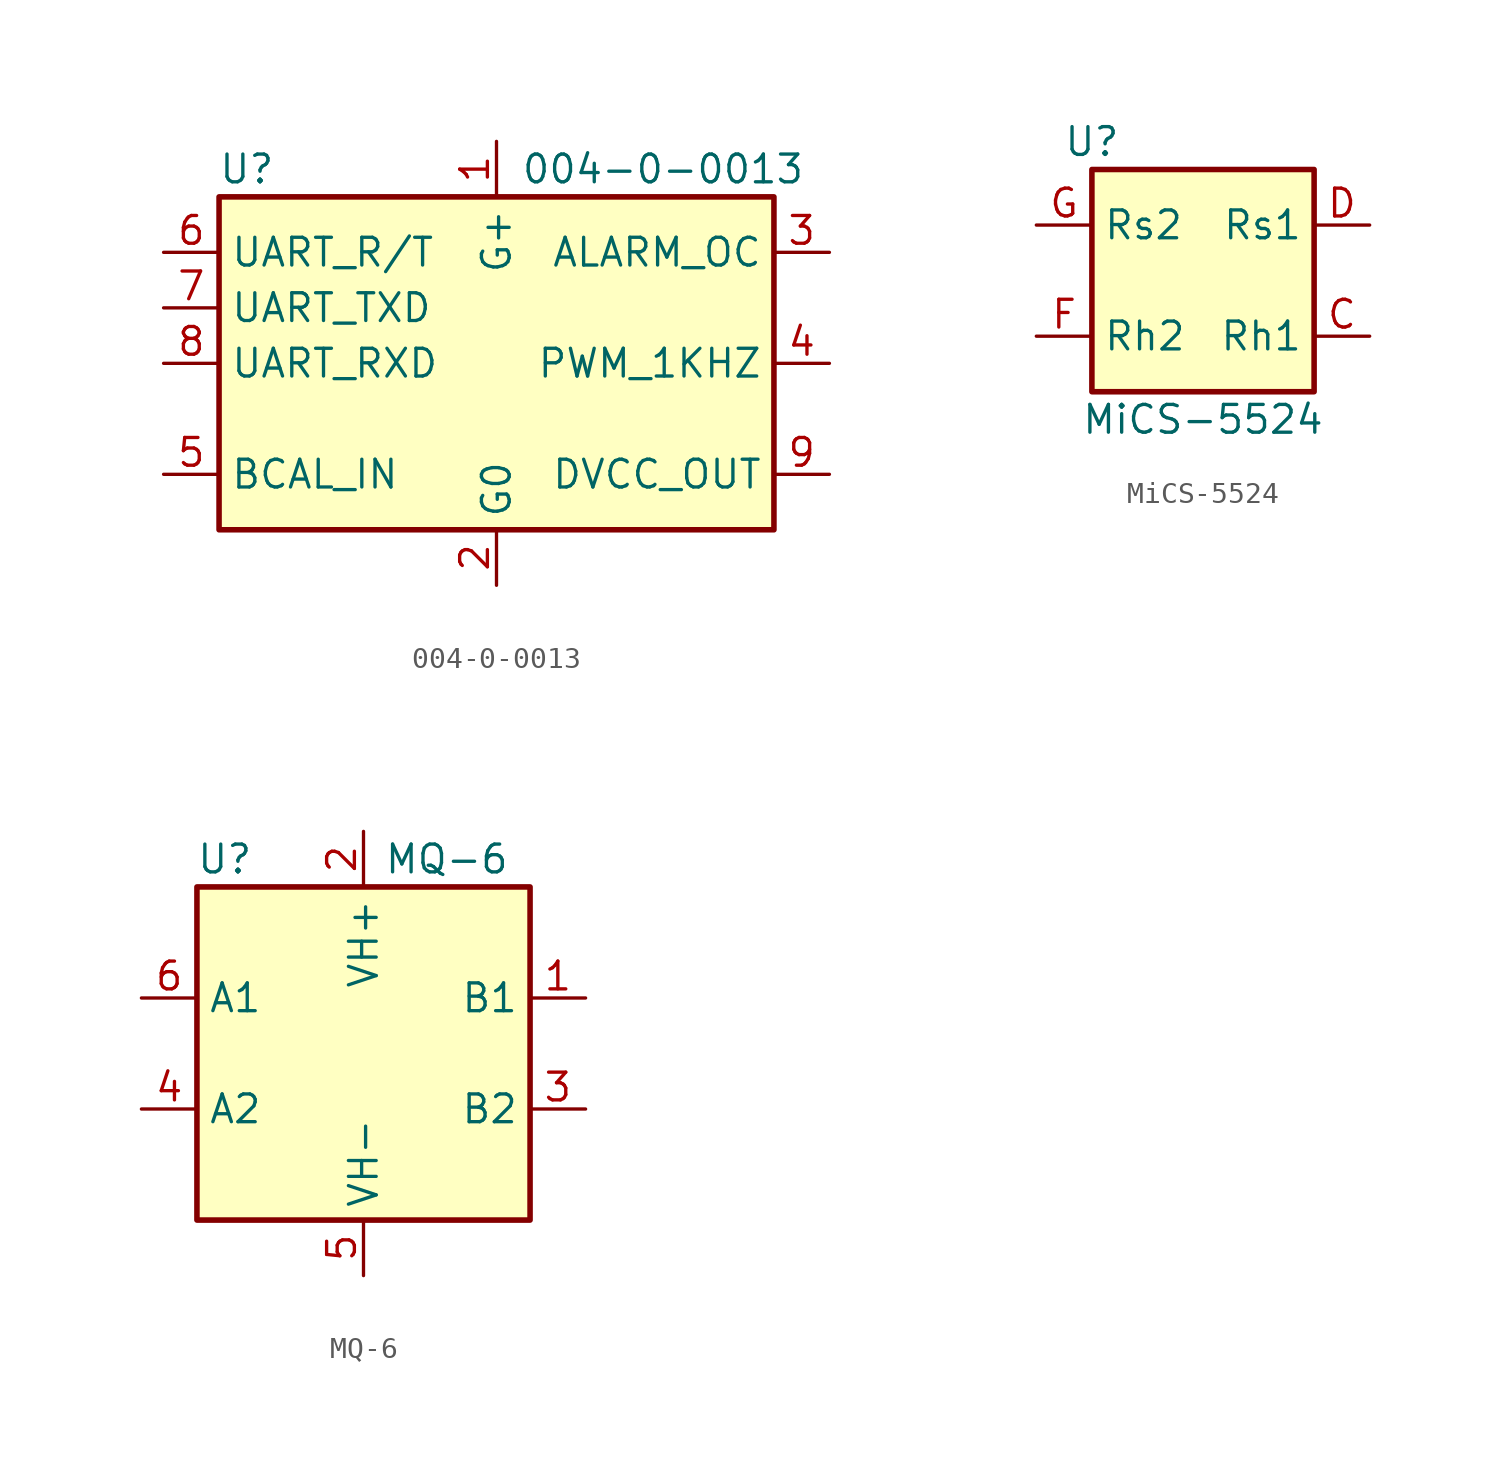
<source format=kicad_sym>
(kicad_symbol_lib
  (version 20220914)
  (generator kicad_symbol_editor)
  (symbol "004-0-0013"
    (property "Reference" "U"
      (at -11.43 8.89 0)
      (effects (font (size 1.27 1.27))))
    (property "Value" "004-0-0013"
      (at 7.62 8.89 0)
      (effects (font (size 1.27 1.27))))
    (symbol "004-0-0013_0_1"
      (rectangle (start -12.7 7.62) (end 12.7 -7.62) (stroke (width 0.254) (type default)) (fill (type background))))
    (symbol "004-0-0013_1_1"
      (pin power_in line (at 0 10.16 270) (length 2.54) (name "G+" (effects (font (size 1.27 1.27)))) (number "1" (effects (font (size 1.27 1.27)))))
      (pin power_in line (at 0 -10.16 90) (length 2.54) (name "G0" (effects (font (size 1.27 1.27)))) (number "2" (effects (font (size 1.27 1.27)))))
      (pin open_collector line (at 15.24 5.08 180) (length 2.54) (name "ALARM_OC" (effects (font (size 1.27 1.27)))) (number "3" (effects (font (size 1.27 1.27)))))
      (pin output line (at 15.24 0 180) (length 2.54) (name "PWM_1KHZ" (effects (font (size 1.27 1.27)))) (number "4" (effects (font (size 1.27 1.27)))))
      (pin input line (at -15.24 -5.08 0) (length 2.54) (name "BCAL_IN" (effects (font (size 1.27 1.27)))) (number "5" (effects (font (size 1.27 1.27)))))
      (pin output line (at -15.24 5.08 0) (length 2.54) (name "UART_R/T" (effects (font (size 1.27 1.27)))) (number "6" (effects (font (size 1.27 1.27)))))
      (pin output line (at -15.24 2.54 0) (length 2.54) (name "UART_TXD" (effects (font (size 1.27 1.27)))) (number "7" (effects (font (size 1.27 1.27)))))
      (pin input line (at -15.24 0 0) (length 2.54) (name "UART_RXD" (effects (font (size 1.27 1.27)))) (number "8" (effects (font (size 1.27 1.27)))))
      (pin power_out line (at 15.24 -5.08 180) (length 2.54) (name "DVCC_OUT" (effects (font (size 1.27 1.27)))) (number "9" (effects (font (size 1.27 1.27)))))))
  (symbol "MiCS-5524"
    (property "Reference" "U"
      (at -5.08 6.35 0)
      (effects (font (size 1.27 1.27))))
    (property "Value" "MiCS-5524"
      (at 0 -6.35 0)
      (effects (font (size 1.27 1.27))))
    (symbol "MiCS-5524_0_1"
      (rectangle (start -5.08 5.08) (end 5.08 -5.08) (stroke (width 0.254) (type default)) (fill (type background))))
    (symbol "MiCS-5524_1_1"
      (pin no_connect line (at 0 5.08 270) (length 2.54) hide (name "NC" (effects (font (size 1.27 1.27)))) (number "A" (effects (font (size 1.27 1.27)))))
      (pin no_connect line (at 0 -5.08 90) (length 2.54) hide (name "NC" (effects (font (size 1.27 1.27)))) (number "B" (effects (font (size 1.27 1.27)))))
      (pin output line (at 7.62 -2.54 180) (length 2.54) (name "Rh1" (effects (font (size 1.27 1.27)))) (number "C" (effects (font (size 1.27 1.27)))))
      (pin output line (at 7.62 2.54 180) (length 2.54) (name "Rs1" (effects (font (size 1.27 1.27)))) (number "D" (effects (font (size 1.27 1.27)))))
      (pin no_connect line (at -2.54 -5.08 90) (length 2.54) hide (name "NC" (effects (font (size 1.27 1.27)))) (number "E" (effects (font (size 1.27 1.27)))))
      (pin input line (at -7.62 -2.54 0) (length 2.54) (name "Rh2" (effects (font (size 1.27 1.27)))) (number "F" (effects (font (size 1.27 1.27)))))
      (pin input line (at -7.62 2.54 0) (length 2.54) (name "Rs2" (effects (font (size 1.27 1.27)))) (number "G" (effects (font (size 1.27 1.27)))))
      (pin no_connect line (at 2.54 -5.08 90) (length 2.54) hide (name "NC" (effects (font (size 1.27 1.27)))) (number "H" (effects (font (size 1.27 1.27)))))
      (pin no_connect line (at -2.54 5.08 270) (length 2.54) hide (name "NC" (effects (font (size 1.27 1.27)))) (number "J" (effects (font (size 1.27 1.27)))))
      (pin no_connect line (at 2.54 5.08 270) (length 2.54) hide (name "NC" (effects (font (size 1.27 1.27)))) (number "K" (effects (font (size 1.27 1.27)))))))
  (symbol "MQ-6"
    (property "Reference" "U"
      (at -6.35 8.89 0)
      (effects (font (size 1.27 1.27))))
    (property "Value" "MQ-6"
      (at 3.81 8.89 0)
      (effects (font (size 1.27 1.27))))
    (symbol "MQ-6_0_1"
      (rectangle (start -7.62 7.62) (end 7.62 -7.62) (stroke (width 0.254) (type default)) (fill (type background))))
    (symbol "MQ-6_1_1"
      (pin passive line (at 10.16 2.54 180) (length 2.54) (name "B1" (effects (font (size 1.27 1.27)))) (number "1" (effects (font (size 1.27 1.27)))))
      (pin power_in line (at 0 10.16 270) (length 2.54) (name "VH+" (effects (font (size 1.27 1.27)))) (number "2" (effects (font (size 1.27 1.27)))))
      (pin passive line (at 10.16 -2.54 180) (length 2.54) (name "B2" (effects (font (size 1.27 1.27)))) (number "3" (effects (font (size 1.27 1.27)))))
      (pin passive line (at -10.16 -2.54 0) (length 2.54) (name "A2" (effects (font (size 1.27 1.27)))) (number "4" (effects (font (size 1.27 1.27)))))
      (pin power_in line (at 0 -10.16 90) (length 2.54) (name "VH-" (effects (font (size 1.27 1.27)))) (number "5" (effects (font (size 1.27 1.27)))))
      (pin passive line (at -10.16 2.54 0) (length 2.54) (name "A1" (effects (font (size 1.27 1.27)))) (number "6" (effects (font (size 1.27 1.27))))))))
</source>
